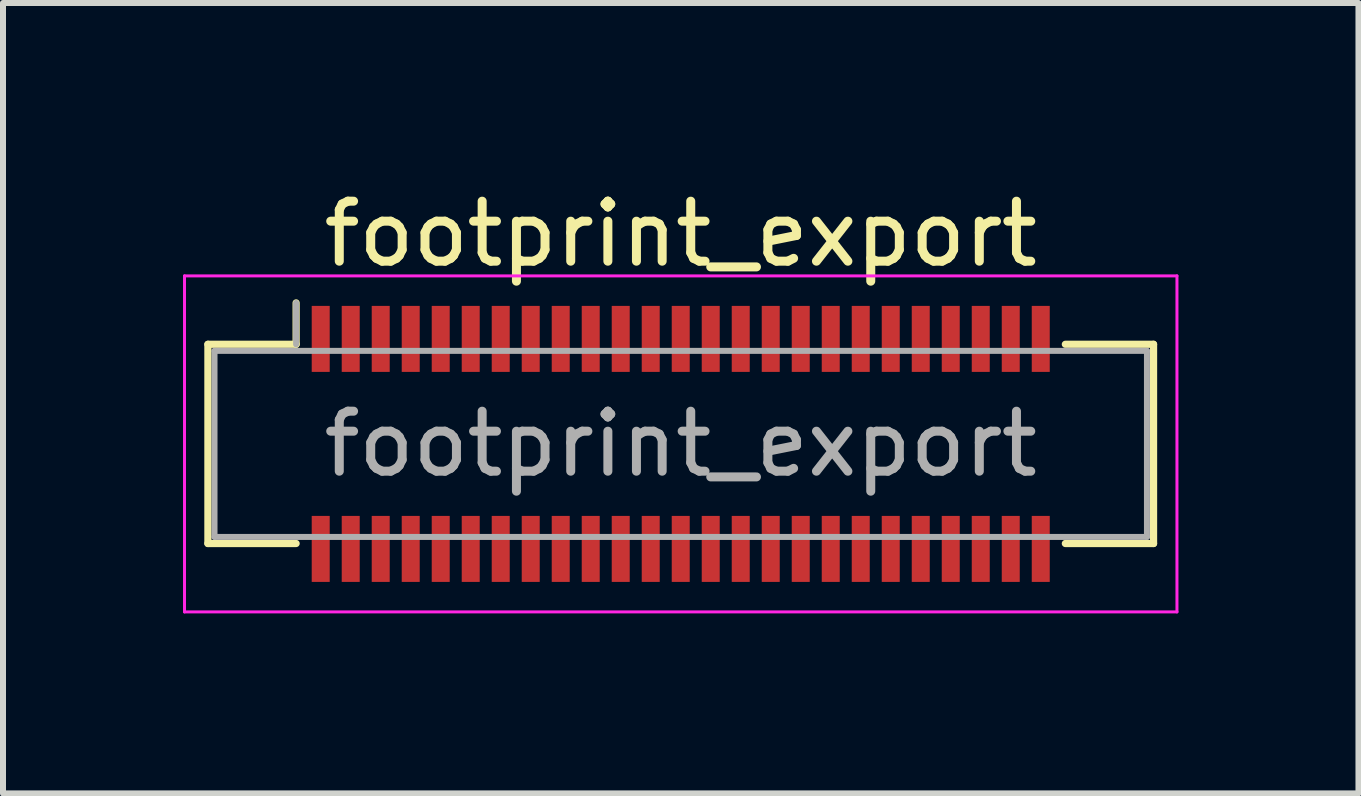
<source format=kicad_pcb>
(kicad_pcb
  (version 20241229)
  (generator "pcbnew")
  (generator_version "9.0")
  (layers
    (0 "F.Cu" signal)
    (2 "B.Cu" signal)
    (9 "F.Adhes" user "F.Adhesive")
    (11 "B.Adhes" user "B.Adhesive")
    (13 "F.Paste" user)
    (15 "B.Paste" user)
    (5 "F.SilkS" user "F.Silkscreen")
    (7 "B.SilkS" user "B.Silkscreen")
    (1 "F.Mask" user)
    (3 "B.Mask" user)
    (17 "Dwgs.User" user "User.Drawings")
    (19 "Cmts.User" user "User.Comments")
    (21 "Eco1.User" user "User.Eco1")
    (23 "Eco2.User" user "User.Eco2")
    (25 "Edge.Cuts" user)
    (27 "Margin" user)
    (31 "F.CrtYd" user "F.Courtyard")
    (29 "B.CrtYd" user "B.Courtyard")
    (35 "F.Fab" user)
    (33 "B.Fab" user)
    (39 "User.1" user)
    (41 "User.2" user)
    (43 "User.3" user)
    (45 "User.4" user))
  (footprint "footprint_export"
    (layer "F.Cu")
    (at 8.295 4.348)
    (property "Reference" "footprint_export" (at 0 -3.5 0) (layer "F.SilkS") (effects (font (size 1 1) (thickness 0.15))))
    (attr smd)
    (fp_line (start -7.88 -1.66) (end -6.41 -1.66) (stroke (width 0.12) (type solid)) (layer "F.SilkS"))
    (fp_line (start -7.88 1.66) (end -7.88 -1.66) (stroke (width 0.12) (type solid)) (layer "F.SilkS"))
    (fp_line (start -6.41 -1.66) (end -6.41 -2.35) (stroke (width 0.12) (type solid)) (layer "F.SilkS"))
    (fp_line (start -6.41 1.66) (end -7.88 1.66) (stroke (width 0.12) (type solid)) (layer "F.SilkS"))
    (fp_line (start 6.41 1.66) (end 7.88 1.66) (stroke (width 0.12) (type solid)) (layer "F.SilkS"))
    (fp_line (start 7.88 -1.66) (end 6.41 -1.66) (stroke (width 0.12) (type solid)) (layer "F.SilkS"))
    (fp_line (start 7.88 1.66) (end 7.88 -1.66) (stroke (width 0.12) (type solid)) (layer "F.SilkS"))
    (fp_line (start -8.27 -2.8) (end -8.27 2.8) (stroke (width 0.05) (type solid)) (layer "F.CrtYd"))
    (fp_line (start -8.27 2.8) (end 8.27 2.8) (stroke (width 0.05) (type solid)) (layer "F.CrtYd"))
    (fp_line (start 8.27 -2.8) (end -8.27 -2.8) (stroke (width 0.05) (type solid)) (layer "F.CrtYd"))
    (fp_line (start 8.27 2.8) (end 8.27 -2.8) (stroke (width 0.05) (type solid)) (layer "F.CrtYd"))
    (fp_line (start -7.77 -1.55) (end -7.77 1.55) (stroke (width 0.1) (type solid)) (layer "F.Fab"))
    (fp_line (start -7.77 1.55) (end 7.77 1.55) (stroke (width 0.1) (type solid)) (layer "F.Fab"))
    (fp_line (start -6.41 -1.66) (end -6.41 -2.35) (stroke (width 0.1) (type solid)) (layer "F.Fab"))
    (fp_line (start 7.77 -1.55) (end -7.77 -1.55) (stroke (width 0.1) (type solid)) (layer "F.Fab"))
    (fp_line (start 7.77 1.55) (end 7.77 -1.55) (stroke (width 0.1) (type solid)) (layer "F.Fab"))
    (fp_text user "${REFERENCE}" (at 0 0 0) (layer "F.Fab") (effects (font (size 1 1) (thickness 0.15))))
    (pad "1" smd rect (at -6 -1.75) (size 0.3 1.1) (layers "F.Cu" "F.Mask" "F.Paste"))
    (pad "2" smd rect (at -6 1.75) (size 0.3 1.1) (layers "F.Cu" "F.Mask" "F.Paste"))
    (pad "3" smd rect (at -5.5 -1.75) (size 0.3 1.1) (layers "F.Cu" "F.Mask" "F.Paste"))
    (pad "4" smd rect (at -5.5 1.75) (size 0.3 1.1) (layers "F.Cu" "F.Mask" "F.Paste"))
    (pad "5" smd rect (at -5 -1.75) (size 0.3 1.1) (layers "F.Cu" "F.Mask" "F.Paste"))
    (pad "6" smd rect (at -5 1.75) (size 0.3 1.1) (layers "F.Cu" "F.Mask" "F.Paste"))
    (pad "7" smd rect (at -4.5 -1.75) (size 0.3 1.1) (layers "F.Cu" "F.Mask" "F.Paste"))
    (pad "8" smd rect (at -4.5 1.75) (size 0.3 1.1) (layers "F.Cu" "F.Mask" "F.Paste"))
    (pad "9" smd rect (at -4 -1.75) (size 0.3 1.1) (layers "F.Cu" "F.Mask" "F.Paste"))
    (pad "10" smd rect (at -4 1.75) (size 0.3 1.1) (layers "F.Cu" "F.Mask" "F.Paste"))
    (pad "11" smd rect (at -3.5 -1.75) (size 0.3 1.1) (layers "F.Cu" "F.Mask" "F.Paste"))
    (pad "12" smd rect (at -3.5 1.75) (size 0.3 1.1) (layers "F.Cu" "F.Mask" "F.Paste"))
    (pad "13" smd rect (at -3 -1.75) (size 0.3 1.1) (layers "F.Cu" "F.Mask" "F.Paste"))
    (pad "14" smd rect (at -3 1.75) (size 0.3 1.1) (layers "F.Cu" "F.Mask" "F.Paste"))
    (pad "15" smd rect (at -2.5 -1.75) (size 0.3 1.1) (layers "F.Cu" "F.Mask" "F.Paste"))
    (pad "16" smd rect (at -2.5 1.75) (size 0.3 1.1) (layers "F.Cu" "F.Mask" "F.Paste"))
    (pad "17" smd rect (at -2 -1.75) (size 0.3 1.1) (layers "F.Cu" "F.Mask" "F.Paste"))
    (pad "18" smd rect (at -2 1.75) (size 0.3 1.1) (layers "F.Cu" "F.Mask" "F.Paste"))
    (pad "19" smd rect (at -1.5 -1.75) (size 0.3 1.1) (layers "F.Cu" "F.Mask" "F.Paste"))
    (pad "20" smd rect (at -1.5 1.75) (size 0.3 1.1) (layers "F.Cu" "F.Mask" "F.Paste"))
    (pad "21" smd rect (at -1 -1.75) (size 0.3 1.1) (layers "F.Cu" "F.Mask" "F.Paste"))
    (pad "22" smd rect (at -1 1.75) (size 0.3 1.1) (layers "F.Cu" "F.Mask" "F.Paste"))
    (pad "23" smd rect (at -0.5 -1.75) (size 0.3 1.1) (layers "F.Cu" "F.Mask" "F.Paste"))
    (pad "24" smd rect (at -0.5 1.75) (size 0.3 1.1) (layers "F.Cu" "F.Mask" "F.Paste"))
    (pad "25" smd rect (at 0 -1.75) (size 0.3 1.1) (layers "F.Cu" "F.Mask" "F.Paste"))
    (pad "26" smd rect (at 0 1.75) (size 0.3 1.1) (layers "F.Cu" "F.Mask" "F.Paste"))
    (pad "27" smd rect (at 0.5 -1.75) (size 0.3 1.1) (layers "F.Cu" "F.Mask" "F.Paste"))
    (pad "28" smd rect (at 0.5 1.75) (size 0.3 1.1) (layers "F.Cu" "F.Mask" "F.Paste"))
    (pad "29" smd rect (at 1 -1.75) (size 0.3 1.1) (layers "F.Cu" "F.Mask" "F.Paste"))
    (pad "30" smd rect (at 1 1.75) (size 0.3 1.1) (layers "F.Cu" "F.Mask" "F.Paste"))
    (pad "31" smd rect (at 1.5 -1.75) (size 0.3 1.1) (layers "F.Cu" "F.Mask" "F.Paste"))
    (pad "32" smd rect (at 1.5 1.75) (size 0.3 1.1) (layers "F.Cu" "F.Mask" "F.Paste"))
    (pad "33" smd rect (at 2 -1.75) (size 0.3 1.1) (layers "F.Cu" "F.Mask" "F.Paste"))
    (pad "34" smd rect (at 2 1.75) (size 0.3 1.1) (layers "F.Cu" "F.Mask" "F.Paste"))
    (pad "35" smd rect (at 2.5 -1.75) (size 0.3 1.1) (layers "F.Cu" "F.Mask" "F.Paste"))
    (pad "36" smd rect (at 2.5 1.75) (size 0.3 1.1) (layers "F.Cu" "F.Mask" "F.Paste"))
    (pad "37" smd rect (at 3 -1.75) (size 0.3 1.1) (layers "F.Cu" "F.Mask" "F.Paste"))
    (pad "38" smd rect (at 3 1.75) (size 0.3 1.1) (layers "F.Cu" "F.Mask" "F.Paste"))
    (pad "39" smd rect (at 3.5 -1.75) (size 0.3 1.1) (layers "F.Cu" "F.Mask" "F.Paste"))
    (pad "40" smd rect (at 3.5 1.75) (size 0.3 1.1) (layers "F.Cu" "F.Mask" "F.Paste"))
    (pad "41" smd rect (at 4 -1.75) (size 0.3 1.1) (layers "F.Cu" "F.Mask" "F.Paste"))
    (pad "42" smd rect (at 4 1.75) (size 0.3 1.1) (layers "F.Cu" "F.Mask" "F.Paste"))
    (pad "43" smd rect (at 4.5 -1.75) (size 0.3 1.1) (layers "F.Cu" "F.Mask" "F.Paste"))
    (pad "44" smd rect (at 4.5 1.75) (size 0.3 1.1) (layers "F.Cu" "F.Mask" "F.Paste"))
    (pad "45" smd rect (at 5 -1.75) (size 0.3 1.1) (layers "F.Cu" "F.Mask" "F.Paste"))
    (pad "46" smd rect (at 5 1.75) (size 0.3 1.1) (layers "F.Cu" "F.Mask" "F.Paste"))
    (pad "47" smd rect (at 5.5 -1.75) (size 0.3 1.1) (layers "F.Cu" "F.Mask" "F.Paste"))
    (pad "48" smd rect (at 5.5 1.75) (size 0.3 1.1) (layers "F.Cu" "F.Mask" "F.Paste"))
    (pad "49" smd rect (at 6 -1.75) (size 0.3 1.1) (layers "F.Cu" "F.Mask" "F.Paste"))
    (pad "50" smd rect (at 6 1.75) (size 0.3 1.1) (layers "F.Cu" "F.Mask" "F.Paste")))
  (gr_rect
    (start -3 -3)
    (end 19.59 10.173)
    (stroke (width 0.1) (type default))
    (fill no)
    (layer "Edge.Cuts")))
</source>
